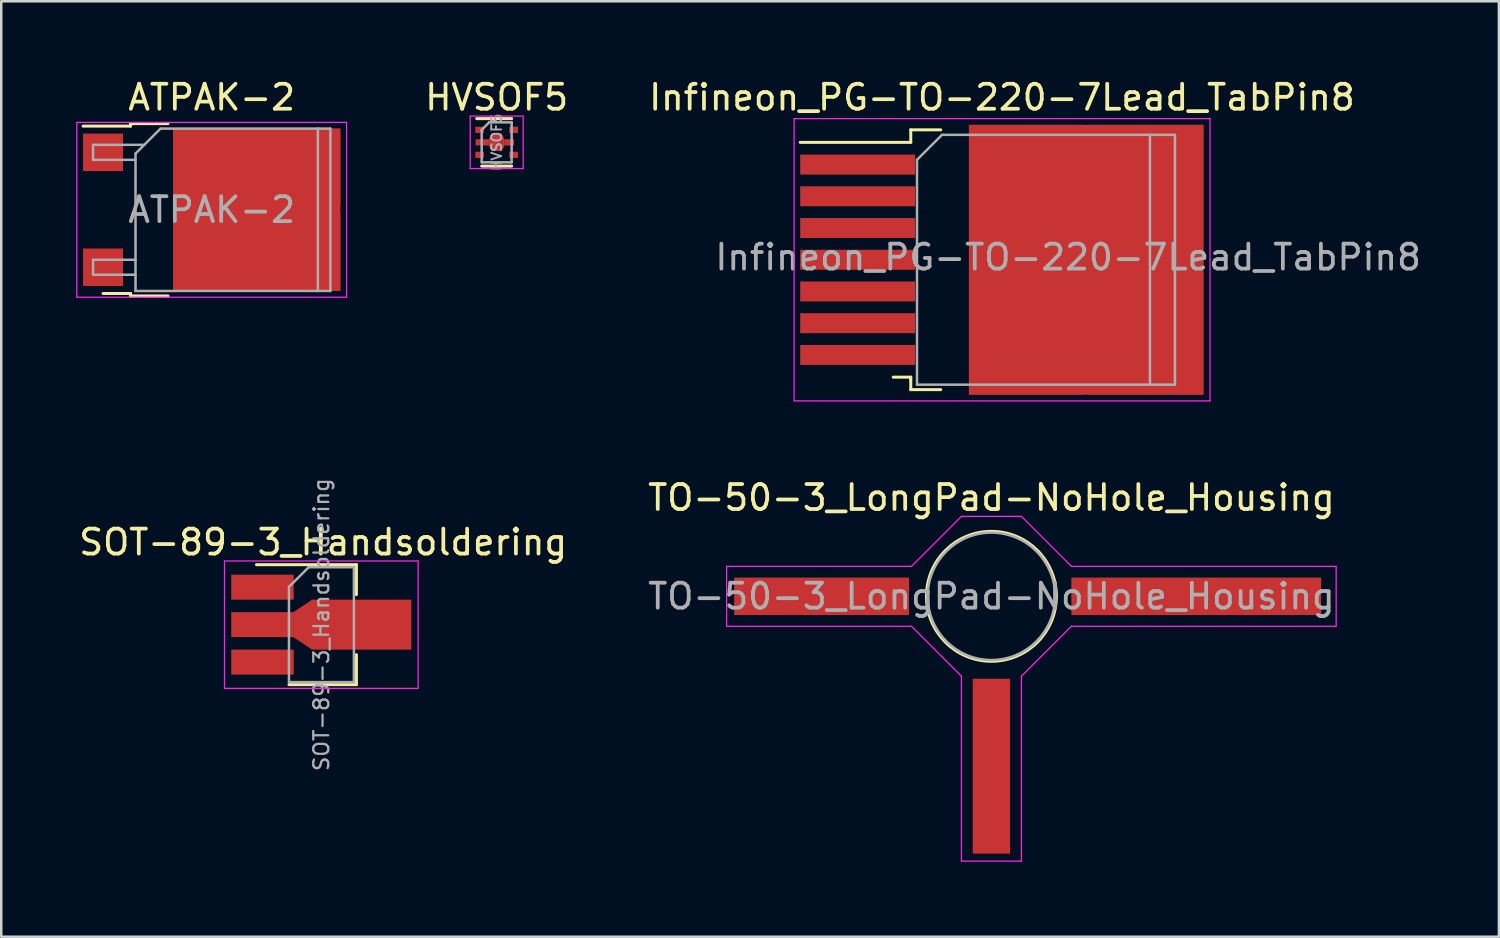
<source format=kicad_pcb>
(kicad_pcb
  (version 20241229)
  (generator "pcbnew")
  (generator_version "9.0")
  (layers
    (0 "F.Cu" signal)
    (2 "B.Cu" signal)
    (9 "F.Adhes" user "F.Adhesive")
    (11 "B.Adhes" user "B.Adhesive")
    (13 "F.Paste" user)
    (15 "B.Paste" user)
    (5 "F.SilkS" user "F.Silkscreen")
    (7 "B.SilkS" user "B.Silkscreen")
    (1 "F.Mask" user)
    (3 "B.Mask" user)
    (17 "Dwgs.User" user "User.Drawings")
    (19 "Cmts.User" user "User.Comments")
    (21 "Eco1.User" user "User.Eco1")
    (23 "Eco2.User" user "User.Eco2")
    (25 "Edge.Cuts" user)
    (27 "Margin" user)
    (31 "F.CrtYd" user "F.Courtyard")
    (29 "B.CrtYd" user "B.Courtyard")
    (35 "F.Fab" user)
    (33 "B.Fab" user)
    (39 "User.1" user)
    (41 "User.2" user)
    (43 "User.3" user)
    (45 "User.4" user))
  (footprint "Infineon_PG-TO-220-7Lead_TabPin8"
    (layer "F.Cu")
    (at 37.058 7.348)
    (property "Reference" "Infineon_PG-TO-220-7Lead_TabPin8" (at 0 -6.5 0) (layer "F.SilkS") (effects (font (size 1 1) (thickness 0.15))))
    (attr smd)
    (fp_line (start -8.075 -4.7) (end -3.65 -4.7) (stroke (width 0.12) (type solid)) (layer "F.SilkS"))
    (fp_line (start -4.35 4.7) (end -3.65 4.7) (stroke (width 0.12) (type solid)) (layer "F.SilkS"))
    (fp_line (start -3.65 -5.2) (end -2.45 -5.2) (stroke (width 0.12) (type solid)) (layer "F.SilkS"))
    (fp_line (start -3.65 -4.7) (end -3.65 -5.2) (stroke (width 0.12) (type solid)) (layer "F.SilkS"))
    (fp_line (start -3.65 4.7) (end -3.65 4.8) (stroke (width 0.12) (type solid)) (layer "F.SilkS"))
    (fp_line (start -3.65 5.2) (end -3.65 4.8) (stroke (width 0.12) (type solid)) (layer "F.SilkS"))
    (fp_line (start -2.45 5.2) (end -3.65 5.2) (stroke (width 0.12) (type solid)) (layer "F.SilkS"))
    (fp_line (start -8.32 -5.65) (end -8.32 5.65) (stroke (width 0.05) (type solid)) (layer "F.CrtYd"))
    (fp_line (start -8.32 -5.65) (end 8.33 -5.65) (stroke (width 0.05) (type solid)) (layer "F.CrtYd"))
    (fp_line (start 8.33 5.65) (end -8.32 5.65) (stroke (width 0.05) (type solid)) (layer "F.CrtYd"))
    (fp_line (start 8.33 5.65) (end 8.33 -5.65) (stroke (width 0.05) (type solid)) (layer "F.CrtYd"))
    (fp_line (start -3.4 -4) (end -3.4 5) (stroke (width 0.1) (type solid)) (layer "F.Fab"))
    (fp_line (start -3.4 -4) (end -2.4 -5) (stroke (width 0.1) (type solid)) (layer "F.Fab"))
    (fp_line (start -3.4 5) (end 5.85 5) (stroke (width 0.1) (type solid)) (layer "F.Fab"))
    (fp_line (start -2.4 -5) (end 5.925 -5) (stroke (width 0.1) (type solid)) (layer "F.Fab"))
    (fp_line (start 5.925 -5) (end 5.925 5) (stroke (width 0.1) (type solid)) (layer "F.Fab"))
    (fp_line (start 5.925 -5) (end 6.925 -5) (stroke (width 0.1) (type solid)) (layer "F.Fab"))
    (fp_line (start 5.925 5) (end 6.925 5) (stroke (width 0.1) (type solid)) (layer "F.Fab"))
    (fp_line (start 6.925 -5) (end 6.925 5) (stroke (width 0.1) (type solid)) (layer "F.Fab"))
    (fp_text user "${REFERENCE}" (at 2.65 -0.1 0) (layer "F.Fab") (effects (font (size 1 1) (thickness 0.15))))
    (pad "1" smd rect (at -5.775 -3.81) (size 4.6 0.8) (layers "F.Cu" "F.Mask" "F.Paste"))
    (pad "2" smd rect (at -5.775 -2.54) (size 4.6 0.8) (layers "F.Cu" "F.Mask" "F.Paste"))
    (pad "3" smd rect (at -5.775 -1.27) (size 4.6 0.8) (layers "F.Cu" "F.Mask" "F.Paste"))
    (pad "4" smd rect (at -5.775 0) (size 4.6 0.8) (layers "F.Cu" "F.Mask" "F.Paste"))
    (pad "5" smd rect (at -5.775 1.27) (size 4.6 0.8) (layers "F.Cu" "F.Mask" "F.Paste"))
    (pad "6" smd rect (at -5.775 2.54) (size 4.6 0.8) (layers "F.Cu" "F.Mask" "F.Paste"))
    (pad "7" smd rect (at -5.775 3.81) (size 4.6 0.8) (layers "F.Cu" "F.Mask" "F.Paste"))
    (pad "8" smd rect (at 1 -2.75) (size 4.6 5.3) (layers "F.Cu" "F.Paste"))
    (pad "8" smd rect (at 1 2.75) (size 4.6 5.3) (layers "F.Cu" "F.Paste"))
    (pad "8" smd rect (at 3.375 0) (size 9.4 10.8) (layers "F.Cu" "F.Mask"))
    (pad "8" smd rect (at 5.75 -2.75) (size 4.6 5.3) (layers "F.Cu" "F.Paste"))
    (pad "8" smd rect (at 5.75 2.75) (size 4.6 5.3) (layers "F.Cu" "F.Paste")))
  (footprint "ATPAK-2"
    (layer "F.Cu")
    (at 5.425 5.348)
    (property "Reference" "ATPAK-2" (at 0 -4.5 0) (layer "F.SilkS") (effects (font (size 1 1) (thickness 0.15))))
    (attr smd)
    (fp_line (start -3.25 -3.45) (end -3.25 -3.35) (stroke (width 0.12) (type solid)) (layer "F.SilkS"))
    (fp_line (start -3.25 -3.35) (end -5.15 -3.35) (stroke (width 0.12) (type solid)) (layer "F.SilkS"))
    (fp_line (start -3.25 3.35) (end -4.35 3.35) (stroke (width 0.12) (type solid)) (layer "F.SilkS"))
    (fp_line (start -3.25 3.45) (end -3.25 3.35) (stroke (width 0.12) (type solid)) (layer "F.SilkS"))
    (fp_line (start -1.75 -3.45) (end -3.25 -3.45) (stroke (width 0.12) (type solid)) (layer "F.SilkS"))
    (fp_line (start -1.75 3.45) (end -3.25 3.45) (stroke (width 0.12) (type solid)) (layer "F.SilkS"))
    (fp_line (start -5.4 -3.5) (end -5.4 3.5) (stroke (width 0.05) (type solid)) (layer "F.CrtYd"))
    (fp_line (start -5.4 3.5) (end 5.4 3.5) (stroke (width 0.05) (type solid)) (layer "F.CrtYd"))
    (fp_line (start 5.4 -3.5) (end -5.4 -3.5) (stroke (width 0.05) (type solid)) (layer "F.CrtYd"))
    (fp_line (start 5.4 3.5) (end 5.4 -3.5) (stroke (width 0.05) (type solid)) (layer "F.CrtYd"))
    (fp_line (start -4.75 -2.6) (end -4.75 -2) (stroke (width 0.1) (type solid)) (layer "F.Fab"))
    (fp_line (start -4.75 -2) (end -3.05 -2) (stroke (width 0.1) (type solid)) (layer "F.Fab"))
    (fp_line (start -4.75 2) (end -4.75 2.6) (stroke (width 0.1) (type solid)) (layer "F.Fab"))
    (fp_line (start -4.75 2.6) (end -3.05 2.6) (stroke (width 0.1) (type solid)) (layer "F.Fab"))
    (fp_line (start -3.05 -2.25) (end -2.05 -3.25) (stroke (width 0.1) (type solid)) (layer "F.Fab"))
    (fp_line (start -3.05 2) (end -4.75 2) (stroke (width 0.1) (type solid)) (layer "F.Fab"))
    (fp_line (start -3.05 3.25) (end -3.05 -2.25) (stroke (width 0.1) (type solid)) (layer "F.Fab"))
    (fp_line (start -2.7 -2.6) (end -4.75 -2.6) (stroke (width 0.1) (type solid)) (layer "F.Fab"))
    (fp_line (start -2.05 -3.25) (end 4.25 -3.25) (stroke (width 0.1) (type solid)) (layer "F.Fab"))
    (fp_line (start 4.25 -3.25) (end 4.25 3.25) (stroke (width 0.1) (type solid)) (layer "F.Fab"))
    (fp_line (start 4.25 -3.25) (end 4.75 -3.25) (stroke (width 0.1) (type solid)) (layer "F.Fab"))
    (fp_line (start 4.25 3.25) (end -3.05 3.25) (stroke (width 0.1) (type solid)) (layer "F.Fab"))
    (fp_line (start 4.75 -3.25) (end 4.75 3.25) (stroke (width 0.1) (type solid)) (layer "F.Fab"))
    (fp_line (start 4.75 3.25) (end 4.25 3.25) (stroke (width 0.1) (type solid)) (layer "F.Fab"))
    (fp_text user "${REFERENCE}" (at 0 0 0) (layer "F.Fab") (effects (font (size 1 1) (thickness 0.15))))
    (pad "1" smd rect (at -4.35 -2.3) (size 1.6 1.5) (layers "F.Cu" "F.Mask" "F.Paste"))
    (pad "2" smd rect (at 0.05 -1.7) (size 3.2 3.1) (layers "F.Cu" "F.Paste"))
    (pad "2" smd rect (at 0.05 1.7) (size 3.2 3.1) (layers "F.Cu" "F.Paste"))
    (pad "2" smd rect (at 1.8 0) (size 6.7 6.5) (layers "F.Cu" "F.Mask"))
    (pad "2" smd rect (at 3.55 -1.7) (size 3.2 3.1) (layers "F.Cu" "F.Paste"))
    (pad "2" smd rect (at 3.55 1.7) (size 3.2 3.1) (layers "F.Cu" "F.Paste"))
    (pad "3" smd rect (at -4.35 2.3) (size 1.6 1.5) (layers "F.Cu" "F.Mask" "F.Paste")))
  (footprint "HVSOF5"
    (layer "F.Cu")
    (at 16.832 2.648)
    (property "Reference" "HVSOF5" (at 0 -1.8 0) (layer "F.SilkS") (effects (font (size 1 1) (thickness 0.15))))
    (attr smd)
    (fp_line (start -0.8 -0.95) (end 0.6 -0.95) (stroke (width 0.12) (type solid)) (layer "F.SilkS"))
    (fp_line (start -0.6 0.95) (end 0.6 0.95) (stroke (width 0.12) (type solid)) (layer "F.SilkS"))
    (fp_line (start -1.06 -1.05) (end -1.06 1.05) (stroke (width 0.05) (type solid)) (layer "F.CrtYd"))
    (fp_line (start -1.06 -1.05) (end 1.06 -1.05) (stroke (width 0.05) (type solid)) (layer "F.CrtYd"))
    (fp_line (start 1.06 1.05) (end -1.06 1.05) (stroke (width 0.05) (type solid)) (layer "F.CrtYd"))
    (fp_line (start 1.06 1.05) (end 1.06 -1.05) (stroke (width 0.05) (type solid)) (layer "F.CrtYd"))
    (fp_line (start -0.6 -0.5) (end -0.6 0.8) (stroke (width 0.1) (type solid)) (layer "F.Fab"))
    (fp_line (start -0.6 -0.5) (end -0.3 -0.8) (stroke (width 0.1) (type solid)) (layer "F.Fab"))
    (fp_line (start 0.6 -0.8) (end -0.3 -0.8) (stroke (width 0.1) (type solid)) (layer "F.Fab"))
    (fp_line (start 0.6 -0.8) (end 0.6 0.8) (stroke (width 0.1) (type solid)) (layer "F.Fab"))
    (fp_line (start 0.6 0.8) (end -0.6 0.8) (stroke (width 0.1) (type solid)) (layer "F.Fab"))
    (fp_text user "${REFERENCE}" (at 0 0 90) (layer "F.Fab") (effects (font (size 0.4 0.4) (thickness 0.075))))
    (pad "1" smd rect (at -0.68 -0.5 270) (size 0.25 0.35) (layers "F.Cu" "F.Mask" "F.Paste"))
    (pad "2" smd rect (at -0.58 0 270) (size 0.25 0.53) (layers "F.Cu" "F.Mask" "F.Paste"))
    (pad "2" smd trapezoid (at -0.26 0 270) (size 0.47 0.12) (rect_delta 0 -0.23) (layers "F.Cu" "F.Mask" "F.Paste"))
    (pad "2" smd rect (at 0 0 270) (size 0.7 0.4) (layers "F.Cu" "F.Mask" "F.Paste"))
    (pad "2" smd trapezoid (at 0.26 0 270) (size 0.47 0.12) (rect_delta 0 0.23) (layers "F.Cu" "F.Mask" "F.Paste"))
    (pad "2" smd rect (at 0.51 0 270) (size 0.25 0.38) (layers "F.Cu" "F.Mask" "F.Paste"))
    (pad "3" smd rect (at -0.68 0.5 270) (size 0.25 0.35) (layers "F.Cu" "F.Mask" "F.Paste"))
    (pad "4" smd rect (at 0.68 0.5 270) (size 0.25 0.35) (layers "F.Cu" "F.Mask" "F.Paste"))
    (pad "5" smd rect (at 0.68 -0.5 270) (size 0.25 0.35) (layers "F.Cu" "F.Mask" "F.Paste")))
  (footprint "TO-50-3_LongPad-NoHole_Housing"
    (layer "F.Cu")
    (at 37.337 24.221)
    (property "Reference" "TO-50-3_LongPad-NoHole_Housing" (at -0.7 -7.35 180) (layer "F.SilkS") (effects (font (size 1 1) (thickness 0.15))))
    (attr smd)
    (fp_circle (center -0.7 -3.4) (end -0.7 -6) (stroke (width 0.12) (type solid)) (fill no) (layer "F.SilkS"))
    (fp_line (start -11.3 -4.6) (end -3.9 -4.6) (stroke (width 0.05) (type solid)) (layer "F.CrtYd"))
    (fp_line (start -11.3 -2.2) (end -11.3 -4.6) (stroke (width 0.05) (type solid)) (layer "F.CrtYd"))
    (fp_line (start -3.9 -4.6) (end -1.9 -6.6) (stroke (width 0.05) (type solid)) (layer "F.CrtYd"))
    (fp_line (start -3.9 -2.2) (end -11.3 -2.2) (stroke (width 0.05) (type solid)) (layer "F.CrtYd"))
    (fp_line (start -1.9 -6.6) (end 0.5 -6.6) (stroke (width 0.05) (type solid)) (layer "F.CrtYd"))
    (fp_line (start -1.9 -0.2) (end -3.9 -2.2) (stroke (width 0.05) (type solid)) (layer "F.CrtYd"))
    (fp_line (start -1.9 7.2) (end -1.9 -0.2) (stroke (width 0.05) (type solid)) (layer "F.CrtYd"))
    (fp_line (start 0.5 -6.6) (end 2.5 -4.6) (stroke (width 0.05) (type solid)) (layer "F.CrtYd"))
    (fp_line (start 0.5 -0.2) (end 0.5 7.2) (stroke (width 0.05) (type solid)) (layer "F.CrtYd"))
    (fp_line (start 0.5 7.2) (end -1.9 7.2) (stroke (width 0.05) (type solid)) (layer "F.CrtYd"))
    (fp_line (start 2.5 -4.6) (end 13.1 -4.6) (stroke (width 0.05) (type solid)) (layer "F.CrtYd"))
    (fp_line (start 2.5 -2.2) (end 0.5 -0.2) (stroke (width 0.05) (type solid)) (layer "F.CrtYd"))
    (fp_line (start 13.1 -4.6) (end 13.1 -2.2) (stroke (width 0.05) (type solid)) (layer "F.CrtYd"))
    (fp_line (start 13.1 -2.2) (end 2.5 -2.2) (stroke (width 0.05) (type solid)) (layer "F.CrtYd"))
    (fp_circle (center -0.7 -3.4) (end -0.65 -5.95) (stroke (width 0.1) (type solid)) (fill no) (layer "F.Fab"))
    (fp_text user "${REFERENCE}" (at -0.7 -3.4 0) (layer "F.Fab") (effects (font (size 1 1) (thickness 0.15))))
    (pad "1" smd rect (at -7.5 -3.4 90) (size 1.5 7) (layers "F.Cu" "F.Mask" "F.Paste"))
    (pad "2" smd rect (at -0.7 3.4 90) (size 7 1.5) (layers "F.Cu" "F.Mask" "F.Paste"))
    (pad "3" smd rect (at 7.5 -3.4 90) (size 1.5 10) (layers "F.Cu" "F.Mask" "F.Paste")))
  (footprint "SOT-89-3_Handsoldering"
    (layer "F.Cu")
    (at 9.437 21.955)
    (property "Reference" "SOT-89-3_Handsoldering" (at 0.45 -3.3 0) (layer "F.SilkS") (effects (font (size 1 1) (thickness 0.15))))
    (attr smd)
    (fp_line (start -2.22 -2.4) (end 1.78 -2.4) (stroke (width 0.12) (type solid)) (layer "F.SilkS"))
    (fp_line (start 1.78 -2.4) (end 1.78 -1.2) (stroke (width 0.12) (type solid)) (layer "F.SilkS"))
    (fp_line (start 1.78 1.2) (end 1.78 2.4) (stroke (width 0.12) (type solid)) (layer "F.SilkS"))
    (fp_line (start 1.78 2.4) (end -0.92 2.4) (stroke (width 0.12) (type solid)) (layer "F.SilkS"))
    (fp_line (start -3.5 -2.55) (end -3.5 2.55) (stroke (width 0.05) (type solid)) (layer "F.CrtYd"))
    (fp_line (start -3.5 2.55) (end 4.25 2.55) (stroke (width 0.05) (type solid)) (layer "F.CrtYd"))
    (fp_line (start 4.25 -2.55) (end -3.5 -2.55) (stroke (width 0.05) (type solid)) (layer "F.CrtYd"))
    (fp_line (start 4.25 2.55) (end 4.25 -2.55) (stroke (width 0.05) (type solid)) (layer "F.CrtYd"))
    (fp_line (start -0.92 -1.51) (end -0.13 -2.3) (stroke (width 0.1) (type solid)) (layer "F.Fab"))
    (fp_line (start -0.92 2.3) (end -0.92 -1.51) (stroke (width 0.1) (type solid)) (layer "F.Fab"))
    (fp_line (start -0.13 -2.3) (end 1.68 -2.3) (stroke (width 0.1) (type solid)) (layer "F.Fab"))
    (fp_line (start 1.68 -2.3) (end 1.68 2.3) (stroke (width 0.1) (type solid)) (layer "F.Fab"))
    (fp_line (start 1.68 2.3) (end -0.92 2.3) (stroke (width 0.1) (type solid)) (layer "F.Fab"))
    (fp_text user "${REFERENCE}" (at 0.38 0 90) (layer "F.Fab") (effects (font (size 0.6 0.6) (thickness 0.09))))
    (pad "1" smd rect (at -1.98 -1.5 270) (size 1 2.5) (layers "F.Cu" "F.Mask" "F.Paste"))
    (pad "2" smd rect (at -1.98 0 270) (size 1 2.5) (layers "F.Cu" "F.Mask" "F.Paste"))
    (pad "2" smd trapezoid (at -0.37 0 90) (size 1.5 0.75) (rect_delta 0 0.5) (layers "F.Cu" "F.Mask" "F.Paste"))
    (pad "2" smd rect (at 1.98 0 270) (size 2 4) (layers "F.Cu" "F.Mask" "F.Paste"))
    (pad "3" smd rect (at -1.98 1.5 270) (size 1 2.5) (layers "F.Cu" "F.Mask" "F.Paste")))
  (gr_rect
    (start -3 -3)
    (end 56.952 34.447)
    (stroke (width 0.1) (type default))
    (fill no)
    (layer "Edge.Cuts")))
</source>
